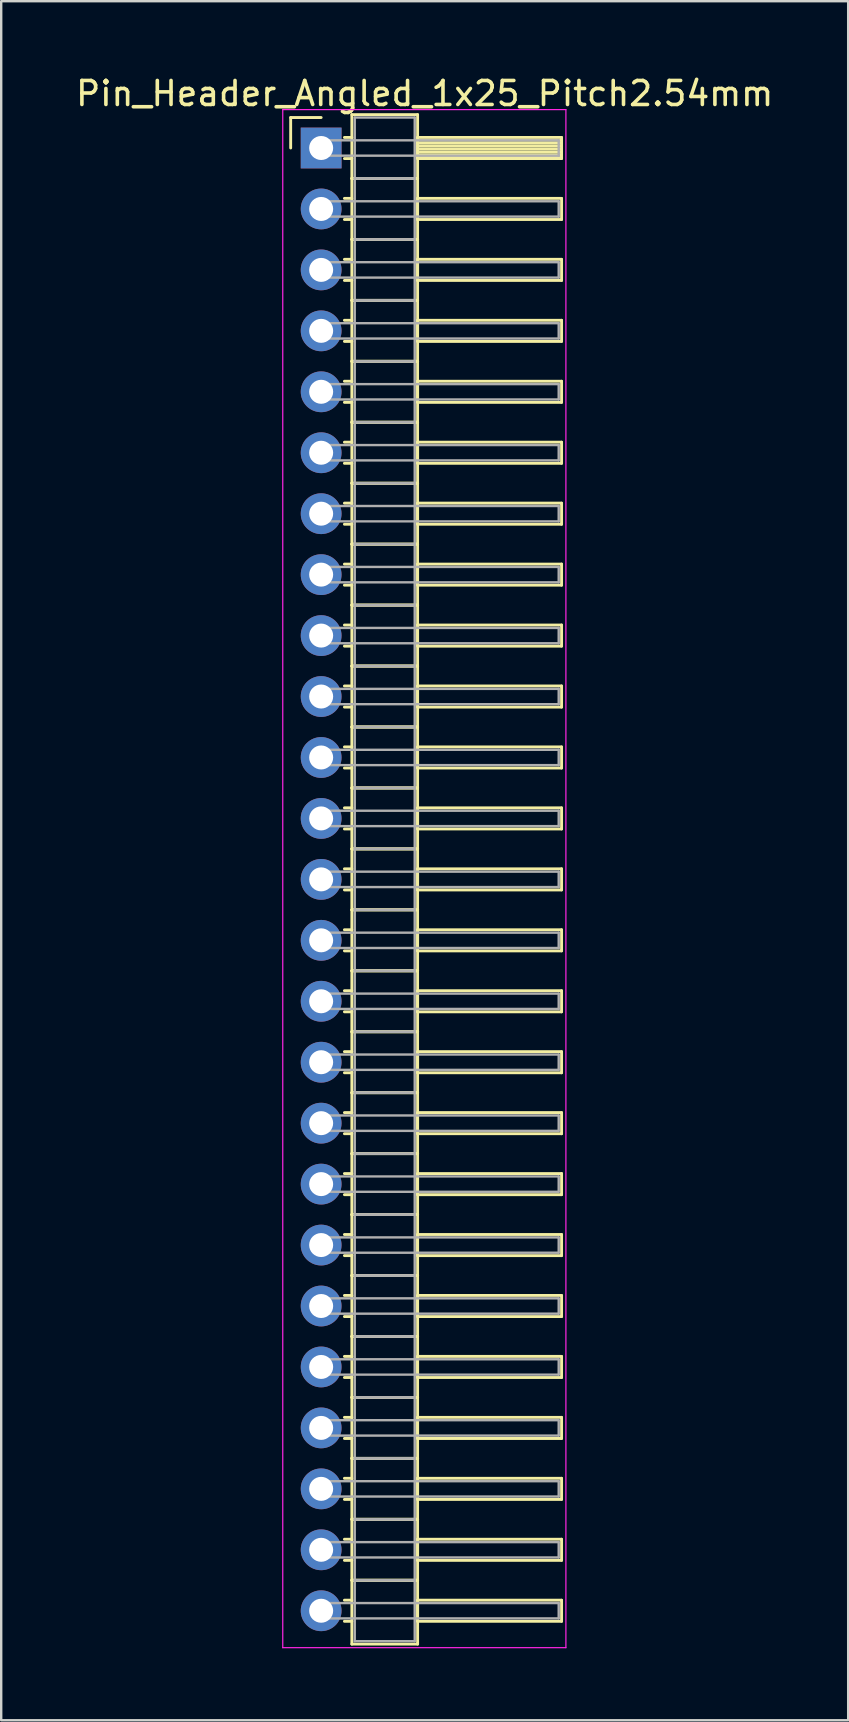
<source format=kicad_pcb>
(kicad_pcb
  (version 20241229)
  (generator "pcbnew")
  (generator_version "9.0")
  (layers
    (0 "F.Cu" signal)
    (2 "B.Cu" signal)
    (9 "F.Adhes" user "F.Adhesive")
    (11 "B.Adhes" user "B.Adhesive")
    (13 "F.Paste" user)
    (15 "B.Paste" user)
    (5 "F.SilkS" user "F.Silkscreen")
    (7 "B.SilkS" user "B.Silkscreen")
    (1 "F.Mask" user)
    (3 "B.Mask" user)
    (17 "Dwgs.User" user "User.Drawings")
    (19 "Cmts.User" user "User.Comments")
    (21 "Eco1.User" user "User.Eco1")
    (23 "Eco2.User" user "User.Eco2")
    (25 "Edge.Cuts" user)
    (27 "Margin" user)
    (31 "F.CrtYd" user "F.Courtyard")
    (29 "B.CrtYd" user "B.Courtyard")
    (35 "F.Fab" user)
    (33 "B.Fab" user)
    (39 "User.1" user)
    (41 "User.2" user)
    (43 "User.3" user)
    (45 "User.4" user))
  (footprint "Pin_Header_Angled_1x25_Pitch2.54mm"
    (layer "F.Cu")
    (at 10.334 3.118)
    (property "Reference" "Pin_Header_Angled_1x25_Pitch2.54mm" (at 4.315 -2.27 0) (layer "F.SilkS") (effects (font (size 1 1) (thickness 0.15))))
    (attr through_hole)
    (fp_line (start -1.27 -1.27) (end 0 -1.27) (stroke (width 0.12) (type solid)) (layer "F.SilkS"))
    (fp_line (start -1.27 0) (end -1.27 -1.27) (stroke (width 0.12) (type solid)) (layer "F.SilkS"))
    (fp_line (start 0.97 -0.44) (end 1.28 -0.44) (stroke (width 0.12) (type solid)) (layer "F.SilkS"))
    (fp_line (start 0.97 0.44) (end 1.28 0.44) (stroke (width 0.12) (type solid)) (layer "F.SilkS"))
    (fp_line (start 0.97 2.1) (end 1.28 2.1) (stroke (width 0.12) (type solid)) (layer "F.SilkS"))
    (fp_line (start 0.97 2.98) (end 1.28 2.98) (stroke (width 0.12) (type solid)) (layer "F.SilkS"))
    (fp_line (start 0.97 4.64) (end 1.28 4.64) (stroke (width 0.12) (type solid)) (layer "F.SilkS"))
    (fp_line (start 0.97 5.52) (end 1.28 5.52) (stroke (width 0.12) (type solid)) (layer "F.SilkS"))
    (fp_line (start 0.97 7.18) (end 1.28 7.18) (stroke (width 0.12) (type solid)) (layer "F.SilkS"))
    (fp_line (start 0.97 8.06) (end 1.28 8.06) (stroke (width 0.12) (type solid)) (layer "F.SilkS"))
    (fp_line (start 0.97 9.72) (end 1.28 9.72) (stroke (width 0.12) (type solid)) (layer "F.SilkS"))
    (fp_line (start 0.97 10.6) (end 1.28 10.6) (stroke (width 0.12) (type solid)) (layer "F.SilkS"))
    (fp_line (start 0.97 12.26) (end 1.28 12.26) (stroke (width 0.12) (type solid)) (layer "F.SilkS"))
    (fp_line (start 0.97 13.14) (end 1.28 13.14) (stroke (width 0.12) (type solid)) (layer "F.SilkS"))
    (fp_line (start 0.97 14.8) (end 1.28 14.8) (stroke (width 0.12) (type solid)) (layer "F.SilkS"))
    (fp_line (start 0.97 15.68) (end 1.28 15.68) (stroke (width 0.12) (type solid)) (layer "F.SilkS"))
    (fp_line (start 0.97 17.34) (end 1.28 17.34) (stroke (width 0.12) (type solid)) (layer "F.SilkS"))
    (fp_line (start 0.97 18.22) (end 1.28 18.22) (stroke (width 0.12) (type solid)) (layer "F.SilkS"))
    (fp_line (start 0.97 19.88) (end 1.28 19.88) (stroke (width 0.12) (type solid)) (layer "F.SilkS"))
    (fp_line (start 0.97 20.76) (end 1.28 20.76) (stroke (width 0.12) (type solid)) (layer "F.SilkS"))
    (fp_line (start 0.97 22.42) (end 1.28 22.42) (stroke (width 0.12) (type solid)) (layer "F.SilkS"))
    (fp_line (start 0.97 23.3) (end 1.28 23.3) (stroke (width 0.12) (type solid)) (layer "F.SilkS"))
    (fp_line (start 0.97 24.96) (end 1.28 24.96) (stroke (width 0.12) (type solid)) (layer "F.SilkS"))
    (fp_line (start 0.97 25.84) (end 1.28 25.84) (stroke (width 0.12) (type solid)) (layer "F.SilkS"))
    (fp_line (start 0.97 27.5) (end 1.28 27.5) (stroke (width 0.12) (type solid)) (layer "F.SilkS"))
    (fp_line (start 0.97 28.38) (end 1.28 28.38) (stroke (width 0.12) (type solid)) (layer "F.SilkS"))
    (fp_line (start 0.97 30.04) (end 1.28 30.04) (stroke (width 0.12) (type solid)) (layer "F.SilkS"))
    (fp_line (start 0.97 30.92) (end 1.28 30.92) (stroke (width 0.12) (type solid)) (layer "F.SilkS"))
    (fp_line (start 0.97 32.58) (end 1.28 32.58) (stroke (width 0.12) (type solid)) (layer "F.SilkS"))
    (fp_line (start 0.97 33.46) (end 1.28 33.46) (stroke (width 0.12) (type solid)) (layer "F.SilkS"))
    (fp_line (start 0.97 35.12) (end 1.28 35.12) (stroke (width 0.12) (type solid)) (layer "F.SilkS"))
    (fp_line (start 0.97 36) (end 1.28 36) (stroke (width 0.12) (type solid)) (layer "F.SilkS"))
    (fp_line (start 0.97 37.66) (end 1.28 37.66) (stroke (width 0.12) (type solid)) (layer "F.SilkS"))
    (fp_line (start 0.97 38.54) (end 1.28 38.54) (stroke (width 0.12) (type solid)) (layer "F.SilkS"))
    (fp_line (start 0.97 40.2) (end 1.28 40.2) (stroke (width 0.12) (type solid)) (layer "F.SilkS"))
    (fp_line (start 0.97 41.08) (end 1.28 41.08) (stroke (width 0.12) (type solid)) (layer "F.SilkS"))
    (fp_line (start 0.97 42.74) (end 1.28 42.74) (stroke (width 0.12) (type solid)) (layer "F.SilkS"))
    (fp_line (start 0.97 43.62) (end 1.28 43.62) (stroke (width 0.12) (type solid)) (layer "F.SilkS"))
    (fp_line (start 0.97 45.28) (end 1.28 45.28) (stroke (width 0.12) (type solid)) (layer "F.SilkS"))
    (fp_line (start 0.97 46.16) (end 1.28 46.16) (stroke (width 0.12) (type solid)) (layer "F.SilkS"))
    (fp_line (start 0.97 47.82) (end 1.28 47.82) (stroke (width 0.12) (type solid)) (layer "F.SilkS"))
    (fp_line (start 0.97 48.7) (end 1.28 48.7) (stroke (width 0.12) (type solid)) (layer "F.SilkS"))
    (fp_line (start 0.97 50.36) (end 1.28 50.36) (stroke (width 0.12) (type solid)) (layer "F.SilkS"))
    (fp_line (start 0.97 51.24) (end 1.28 51.24) (stroke (width 0.12) (type solid)) (layer "F.SilkS"))
    (fp_line (start 0.97 52.9) (end 1.28 52.9) (stroke (width 0.12) (type solid)) (layer "F.SilkS"))
    (fp_line (start 0.97 53.78) (end 1.28 53.78) (stroke (width 0.12) (type solid)) (layer "F.SilkS"))
    (fp_line (start 0.97 55.44) (end 1.28 55.44) (stroke (width 0.12) (type solid)) (layer "F.SilkS"))
    (fp_line (start 0.97 56.32) (end 1.28 56.32) (stroke (width 0.12) (type solid)) (layer "F.SilkS"))
    (fp_line (start 0.97 57.98) (end 1.28 57.98) (stroke (width 0.12) (type solid)) (layer "F.SilkS"))
    (fp_line (start 0.97 58.86) (end 1.28 58.86) (stroke (width 0.12) (type solid)) (layer "F.SilkS"))
    (fp_line (start 0.97 60.52) (end 1.28 60.52) (stroke (width 0.12) (type solid)) (layer "F.SilkS"))
    (fp_line (start 0.97 61.4) (end 1.28 61.4) (stroke (width 0.12) (type solid)) (layer "F.SilkS"))
    (fp_line (start 1.28 -1.39) (end 1.28 1.27) (stroke (width 0.12) (type solid)) (layer "F.SilkS"))
    (fp_line (start 1.28 1.27) (end 1.28 3.81) (stroke (width 0.12) (type solid)) (layer "F.SilkS"))
    (fp_line (start 1.28 1.27) (end 4.02 1.27) (stroke (width 0.12) (type solid)) (layer "F.SilkS"))
    (fp_line (start 1.28 3.81) (end 1.28 6.35) (stroke (width 0.12) (type solid)) (layer "F.SilkS"))
    (fp_line (start 1.28 3.81) (end 4.02 3.81) (stroke (width 0.12) (type solid)) (layer "F.SilkS"))
    (fp_line (start 1.28 6.35) (end 1.28 8.89) (stroke (width 0.12) (type solid)) (layer "F.SilkS"))
    (fp_line (start 1.28 6.35) (end 4.02 6.35) (stroke (width 0.12) (type solid)) (layer "F.SilkS"))
    (fp_line (start 1.28 8.89) (end 1.28 11.43) (stroke (width 0.12) (type solid)) (layer "F.SilkS"))
    (fp_line (start 1.28 8.89) (end 4.02 8.89) (stroke (width 0.12) (type solid)) (layer "F.SilkS"))
    (fp_line (start 1.28 11.43) (end 1.28 13.97) (stroke (width 0.12) (type solid)) (layer "F.SilkS"))
    (fp_line (start 1.28 11.43) (end 4.02 11.43) (stroke (width 0.12) (type solid)) (layer "F.SilkS"))
    (fp_line (start 1.28 13.97) (end 1.28 16.51) (stroke (width 0.12) (type solid)) (layer "F.SilkS"))
    (fp_line (start 1.28 13.97) (end 4.02 13.97) (stroke (width 0.12) (type solid)) (layer "F.SilkS"))
    (fp_line (start 1.28 16.51) (end 1.28 19.05) (stroke (width 0.12) (type solid)) (layer "F.SilkS"))
    (fp_line (start 1.28 16.51) (end 4.02 16.51) (stroke (width 0.12) (type solid)) (layer "F.SilkS"))
    (fp_line (start 1.28 19.05) (end 1.28 21.59) (stroke (width 0.12) (type solid)) (layer "F.SilkS"))
    (fp_line (start 1.28 19.05) (end 4.02 19.05) (stroke (width 0.12) (type solid)) (layer "F.SilkS"))
    (fp_line (start 1.28 21.59) (end 1.28 24.13) (stroke (width 0.12) (type solid)) (layer "F.SilkS"))
    (fp_line (start 1.28 21.59) (end 4.02 21.59) (stroke (width 0.12) (type solid)) (layer "F.SilkS"))
    (fp_line (start 1.28 24.13) (end 1.28 26.67) (stroke (width 0.12) (type solid)) (layer "F.SilkS"))
    (fp_line (start 1.28 24.13) (end 4.02 24.13) (stroke (width 0.12) (type solid)) (layer "F.SilkS"))
    (fp_line (start 1.28 26.67) (end 1.28 29.21) (stroke (width 0.12) (type solid)) (layer "F.SilkS"))
    (fp_line (start 1.28 26.67) (end 4.02 26.67) (stroke (width 0.12) (type solid)) (layer "F.SilkS"))
    (fp_line (start 1.28 29.21) (end 1.28 31.75) (stroke (width 0.12) (type solid)) (layer "F.SilkS"))
    (fp_line (start 1.28 29.21) (end 4.02 29.21) (stroke (width 0.12) (type solid)) (layer "F.SilkS"))
    (fp_line (start 1.28 31.75) (end 1.28 34.29) (stroke (width 0.12) (type solid)) (layer "F.SilkS"))
    (fp_line (start 1.28 31.75) (end 4.02 31.75) (stroke (width 0.12) (type solid)) (layer "F.SilkS"))
    (fp_line (start 1.28 34.29) (end 1.28 36.83) (stroke (width 0.12) (type solid)) (layer "F.SilkS"))
    (fp_line (start 1.28 34.29) (end 4.02 34.29) (stroke (width 0.12) (type solid)) (layer "F.SilkS"))
    (fp_line (start 1.28 36.83) (end 1.28 39.37) (stroke (width 0.12) (type solid)) (layer "F.SilkS"))
    (fp_line (start 1.28 36.83) (end 4.02 36.83) (stroke (width 0.12) (type solid)) (layer "F.SilkS"))
    (fp_line (start 1.28 39.37) (end 1.28 41.91) (stroke (width 0.12) (type solid)) (layer "F.SilkS"))
    (fp_line (start 1.28 39.37) (end 4.02 39.37) (stroke (width 0.12) (type solid)) (layer "F.SilkS"))
    (fp_line (start 1.28 41.91) (end 1.28 44.45) (stroke (width 0.12) (type solid)) (layer "F.SilkS"))
    (fp_line (start 1.28 41.91) (end 4.02 41.91) (stroke (width 0.12) (type solid)) (layer "F.SilkS"))
    (fp_line (start 1.28 44.45) (end 1.28 46.99) (stroke (width 0.12) (type solid)) (layer "F.SilkS"))
    (fp_line (start 1.28 44.45) (end 4.02 44.45) (stroke (width 0.12) (type solid)) (layer "F.SilkS"))
    (fp_line (start 1.28 46.99) (end 1.28 49.53) (stroke (width 0.12) (type solid)) (layer "F.SilkS"))
    (fp_line (start 1.28 46.99) (end 4.02 46.99) (stroke (width 0.12) (type solid)) (layer "F.SilkS"))
    (fp_line (start 1.28 49.53) (end 1.28 52.07) (stroke (width 0.12) (type solid)) (layer "F.SilkS"))
    (fp_line (start 1.28 49.53) (end 4.02 49.53) (stroke (width 0.12) (type solid)) (layer "F.SilkS"))
    (fp_line (start 1.28 52.07) (end 1.28 54.61) (stroke (width 0.12) (type solid)) (layer "F.SilkS"))
    (fp_line (start 1.28 52.07) (end 4.02 52.07) (stroke (width 0.12) (type solid)) (layer "F.SilkS"))
    (fp_line (start 1.28 54.61) (end 1.28 57.15) (stroke (width 0.12) (type solid)) (layer "F.SilkS"))
    (fp_line (start 1.28 54.61) (end 4.02 54.61) (stroke (width 0.12) (type solid)) (layer "F.SilkS"))
    (fp_line (start 1.28 57.15) (end 1.28 59.69) (stroke (width 0.12) (type solid)) (layer "F.SilkS"))
    (fp_line (start 1.28 57.15) (end 4.02 57.15) (stroke (width 0.12) (type solid)) (layer "F.SilkS"))
    (fp_line (start 1.28 59.69) (end 1.28 62.35) (stroke (width 0.12) (type solid)) (layer "F.SilkS"))
    (fp_line (start 1.28 59.69) (end 4.02 59.69) (stroke (width 0.12) (type solid)) (layer "F.SilkS"))
    (fp_line (start 1.28 62.35) (end 4.02 62.35) (stroke (width 0.12) (type solid)) (layer "F.SilkS"))
    (fp_line (start 4.02 -1.39) (end 1.28 -1.39) (stroke (width 0.12) (type solid)) (layer "F.SilkS"))
    (fp_line (start 4.02 -0.44) (end 4.02 0.44) (stroke (width 0.12) (type solid)) (layer "F.SilkS"))
    (fp_line (start 4.02 -0.32) (end 10.02 -0.32) (stroke (width 0.12) (type solid)) (layer "F.SilkS"))
    (fp_line (start 4.02 -0.2) (end 10.02 -0.2) (stroke (width 0.12) (type solid)) (layer "F.SilkS"))
    (fp_line (start 4.02 -0.08) (end 10.02 -0.08) (stroke (width 0.12) (type solid)) (layer "F.SilkS"))
    (fp_line (start 4.02 0.04) (end 10.02 0.04) (stroke (width 0.12) (type solid)) (layer "F.SilkS"))
    (fp_line (start 4.02 0.16) (end 10.02 0.16) (stroke (width 0.12) (type solid)) (layer "F.SilkS"))
    (fp_line (start 4.02 0.28) (end 10.02 0.28) (stroke (width 0.12) (type solid)) (layer "F.SilkS"))
    (fp_line (start 4.02 0.4) (end 10.02 0.4) (stroke (width 0.12) (type solid)) (layer "F.SilkS"))
    (fp_line (start 4.02 0.44) (end 10.02 0.44) (stroke (width 0.12) (type solid)) (layer "F.SilkS"))
    (fp_line (start 4.02 1.27) (end 1.28 1.27) (stroke (width 0.12) (type solid)) (layer "F.SilkS"))
    (fp_line (start 4.02 1.27) (end 4.02 -1.39) (stroke (width 0.12) (type solid)) (layer "F.SilkS"))
    (fp_line (start 4.02 2.1) (end 4.02 2.98) (stroke (width 0.12) (type solid)) (layer "F.SilkS"))
    (fp_line (start 4.02 2.98) (end 10.02 2.98) (stroke (width 0.12) (type solid)) (layer "F.SilkS"))
    (fp_line (start 4.02 3.81) (end 1.28 3.81) (stroke (width 0.12) (type solid)) (layer "F.SilkS"))
    (fp_line (start 4.02 3.81) (end 4.02 1.27) (stroke (width 0.12) (type solid)) (layer "F.SilkS"))
    (fp_line (start 4.02 4.64) (end 4.02 5.52) (stroke (width 0.12) (type solid)) (layer "F.SilkS"))
    (fp_line (start 4.02 5.52) (end 10.02 5.52) (stroke (width 0.12) (type solid)) (layer "F.SilkS"))
    (fp_line (start 4.02 6.35) (end 1.28 6.35) (stroke (width 0.12) (type solid)) (layer "F.SilkS"))
    (fp_line (start 4.02 6.35) (end 4.02 3.81) (stroke (width 0.12) (type solid)) (layer "F.SilkS"))
    (fp_line (start 4.02 7.18) (end 4.02 8.06) (stroke (width 0.12) (type solid)) (layer "F.SilkS"))
    (fp_line (start 4.02 8.06) (end 10.02 8.06) (stroke (width 0.12) (type solid)) (layer "F.SilkS"))
    (fp_line (start 4.02 8.89) (end 1.28 8.89) (stroke (width 0.12) (type solid)) (layer "F.SilkS"))
    (fp_line (start 4.02 8.89) (end 4.02 6.35) (stroke (width 0.12) (type solid)) (layer "F.SilkS"))
    (fp_line (start 4.02 9.72) (end 4.02 10.6) (stroke (width 0.12) (type solid)) (layer "F.SilkS"))
    (fp_line (start 4.02 10.6) (end 10.02 10.6) (stroke (width 0.12) (type solid)) (layer "F.SilkS"))
    (fp_line (start 4.02 11.43) (end 1.28 11.43) (stroke (width 0.12) (type solid)) (layer "F.SilkS"))
    (fp_line (start 4.02 11.43) (end 4.02 8.89) (stroke (width 0.12) (type solid)) (layer "F.SilkS"))
    (fp_line (start 4.02 12.26) (end 4.02 13.14) (stroke (width 0.12) (type solid)) (layer "F.SilkS"))
    (fp_line (start 4.02 13.14) (end 10.02 13.14) (stroke (width 0.12) (type solid)) (layer "F.SilkS"))
    (fp_line (start 4.02 13.97) (end 1.28 13.97) (stroke (width 0.12) (type solid)) (layer "F.SilkS"))
    (fp_line (start 4.02 13.97) (end 4.02 11.43) (stroke (width 0.12) (type solid)) (layer "F.SilkS"))
    (fp_line (start 4.02 14.8) (end 4.02 15.68) (stroke (width 0.12) (type solid)) (layer "F.SilkS"))
    (fp_line (start 4.02 15.68) (end 10.02 15.68) (stroke (width 0.12) (type solid)) (layer "F.SilkS"))
    (fp_line (start 4.02 16.51) (end 1.28 16.51) (stroke (width 0.12) (type solid)) (layer "F.SilkS"))
    (fp_line (start 4.02 16.51) (end 4.02 13.97) (stroke (width 0.12) (type solid)) (layer "F.SilkS"))
    (fp_line (start 4.02 17.34) (end 4.02 18.22) (stroke (width 0.12) (type solid)) (layer "F.SilkS"))
    (fp_line (start 4.02 18.22) (end 10.02 18.22) (stroke (width 0.12) (type solid)) (layer "F.SilkS"))
    (fp_line (start 4.02 19.05) (end 1.28 19.05) (stroke (width 0.12) (type solid)) (layer "F.SilkS"))
    (fp_line (start 4.02 19.05) (end 4.02 16.51) (stroke (width 0.12) (type solid)) (layer "F.SilkS"))
    (fp_line (start 4.02 19.88) (end 4.02 20.76) (stroke (width 0.12) (type solid)) (layer "F.SilkS"))
    (fp_line (start 4.02 20.76) (end 10.02 20.76) (stroke (width 0.12) (type solid)) (layer "F.SilkS"))
    (fp_line (start 4.02 21.59) (end 1.28 21.59) (stroke (width 0.12) (type solid)) (layer "F.SilkS"))
    (fp_line (start 4.02 21.59) (end 4.02 19.05) (stroke (width 0.12) (type solid)) (layer "F.SilkS"))
    (fp_line (start 4.02 22.42) (end 4.02 23.3) (stroke (width 0.12) (type solid)) (layer "F.SilkS"))
    (fp_line (start 4.02 23.3) (end 10.02 23.3) (stroke (width 0.12) (type solid)) (layer "F.SilkS"))
    (fp_line (start 4.02 24.13) (end 1.28 24.13) (stroke (width 0.12) (type solid)) (layer "F.SilkS"))
    (fp_line (start 4.02 24.13) (end 4.02 21.59) (stroke (width 0.12) (type solid)) (layer "F.SilkS"))
    (fp_line (start 4.02 24.96) (end 4.02 25.84) (stroke (width 0.12) (type solid)) (layer "F.SilkS"))
    (fp_line (start 4.02 25.84) (end 10.02 25.84) (stroke (width 0.12) (type solid)) (layer "F.SilkS"))
    (fp_line (start 4.02 26.67) (end 1.28 26.67) (stroke (width 0.12) (type solid)) (layer "F.SilkS"))
    (fp_line (start 4.02 26.67) (end 4.02 24.13) (stroke (width 0.12) (type solid)) (layer "F.SilkS"))
    (fp_line (start 4.02 27.5) (end 4.02 28.38) (stroke (width 0.12) (type solid)) (layer "F.SilkS"))
    (fp_line (start 4.02 28.38) (end 10.02 28.38) (stroke (width 0.12) (type solid)) (layer "F.SilkS"))
    (fp_line (start 4.02 29.21) (end 1.28 29.21) (stroke (width 0.12) (type solid)) (layer "F.SilkS"))
    (fp_line (start 4.02 29.21) (end 4.02 26.67) (stroke (width 0.12) (type solid)) (layer "F.SilkS"))
    (fp_line (start 4.02 30.04) (end 4.02 30.92) (stroke (width 0.12) (type solid)) (layer "F.SilkS"))
    (fp_line (start 4.02 30.92) (end 10.02 30.92) (stroke (width 0.12) (type solid)) (layer "F.SilkS"))
    (fp_line (start 4.02 31.75) (end 1.28 31.75) (stroke (width 0.12) (type solid)) (layer "F.SilkS"))
    (fp_line (start 4.02 31.75) (end 4.02 29.21) (stroke (width 0.12) (type solid)) (layer "F.SilkS"))
    (fp_line (start 4.02 32.58) (end 4.02 33.46) (stroke (width 0.12) (type solid)) (layer "F.SilkS"))
    (fp_line (start 4.02 33.46) (end 10.02 33.46) (stroke (width 0.12) (type solid)) (layer "F.SilkS"))
    (fp_line (start 4.02 34.29) (end 1.28 34.29) (stroke (width 0.12) (type solid)) (layer "F.SilkS"))
    (fp_line (start 4.02 34.29) (end 4.02 31.75) (stroke (width 0.12) (type solid)) (layer "F.SilkS"))
    (fp_line (start 4.02 35.12) (end 4.02 36) (stroke (width 0.12) (type solid)) (layer "F.SilkS"))
    (fp_line (start 4.02 36) (end 10.02 36) (stroke (width 0.12) (type solid)) (layer "F.SilkS"))
    (fp_line (start 4.02 36.83) (end 1.28 36.83) (stroke (width 0.12) (type solid)) (layer "F.SilkS"))
    (fp_line (start 4.02 36.83) (end 4.02 34.29) (stroke (width 0.12) (type solid)) (layer "F.SilkS"))
    (fp_line (start 4.02 37.66) (end 4.02 38.54) (stroke (width 0.12) (type solid)) (layer "F.SilkS"))
    (fp_line (start 4.02 38.54) (end 10.02 38.54) (stroke (width 0.12) (type solid)) (layer "F.SilkS"))
    (fp_line (start 4.02 39.37) (end 1.28 39.37) (stroke (width 0.12) (type solid)) (layer "F.SilkS"))
    (fp_line (start 4.02 39.37) (end 4.02 36.83) (stroke (width 0.12) (type solid)) (layer "F.SilkS"))
    (fp_line (start 4.02 40.2) (end 4.02 41.08) (stroke (width 0.12) (type solid)) (layer "F.SilkS"))
    (fp_line (start 4.02 41.08) (end 10.02 41.08) (stroke (width 0.12) (type solid)) (layer "F.SilkS"))
    (fp_line (start 4.02 41.91) (end 1.28 41.91) (stroke (width 0.12) (type solid)) (layer "F.SilkS"))
    (fp_line (start 4.02 41.91) (end 4.02 39.37) (stroke (width 0.12) (type solid)) (layer "F.SilkS"))
    (fp_line (start 4.02 42.74) (end 4.02 43.62) (stroke (width 0.12) (type solid)) (layer "F.SilkS"))
    (fp_line (start 4.02 43.62) (end 10.02 43.62) (stroke (width 0.12) (type solid)) (layer "F.SilkS"))
    (fp_line (start 4.02 44.45) (end 1.28 44.45) (stroke (width 0.12) (type solid)) (layer "F.SilkS"))
    (fp_line (start 4.02 44.45) (end 4.02 41.91) (stroke (width 0.12) (type solid)) (layer "F.SilkS"))
    (fp_line (start 4.02 45.28) (end 4.02 46.16) (stroke (width 0.12) (type solid)) (layer "F.SilkS"))
    (fp_line (start 4.02 46.16) (end 10.02 46.16) (stroke (width 0.12) (type solid)) (layer "F.SilkS"))
    (fp_line (start 4.02 46.99) (end 1.28 46.99) (stroke (width 0.12) (type solid)) (layer "F.SilkS"))
    (fp_line (start 4.02 46.99) (end 4.02 44.45) (stroke (width 0.12) (type solid)) (layer "F.SilkS"))
    (fp_line (start 4.02 47.82) (end 4.02 48.7) (stroke (width 0.12) (type solid)) (layer "F.SilkS"))
    (fp_line (start 4.02 48.7) (end 10.02 48.7) (stroke (width 0.12) (type solid)) (layer "F.SilkS"))
    (fp_line (start 4.02 49.53) (end 1.28 49.53) (stroke (width 0.12) (type solid)) (layer "F.SilkS"))
    (fp_line (start 4.02 49.53) (end 4.02 46.99) (stroke (width 0.12) (type solid)) (layer "F.SilkS"))
    (fp_line (start 4.02 50.36) (end 4.02 51.24) (stroke (width 0.12) (type solid)) (layer "F.SilkS"))
    (fp_line (start 4.02 51.24) (end 10.02 51.24) (stroke (width 0.12) (type solid)) (layer "F.SilkS"))
    (fp_line (start 4.02 52.07) (end 1.28 52.07) (stroke (width 0.12) (type solid)) (layer "F.SilkS"))
    (fp_line (start 4.02 52.07) (end 4.02 49.53) (stroke (width 0.12) (type solid)) (layer "F.SilkS"))
    (fp_line (start 4.02 52.9) (end 4.02 53.78) (stroke (width 0.12) (type solid)) (layer "F.SilkS"))
    (fp_line (start 4.02 53.78) (end 10.02 53.78) (stroke (width 0.12) (type solid)) (layer "F.SilkS"))
    (fp_line (start 4.02 54.61) (end 1.28 54.61) (stroke (width 0.12) (type solid)) (layer "F.SilkS"))
    (fp_line (start 4.02 54.61) (end 4.02 52.07) (stroke (width 0.12) (type solid)) (layer "F.SilkS"))
    (fp_line (start 4.02 55.44) (end 4.02 56.32) (stroke (width 0.12) (type solid)) (layer "F.SilkS"))
    (fp_line (start 4.02 56.32) (end 10.02 56.32) (stroke (width 0.12) (type solid)) (layer "F.SilkS"))
    (fp_line (start 4.02 57.15) (end 1.28 57.15) (stroke (width 0.12) (type solid)) (layer "F.SilkS"))
    (fp_line (start 4.02 57.15) (end 4.02 54.61) (stroke (width 0.12) (type solid)) (layer "F.SilkS"))
    (fp_line (start 4.02 57.98) (end 4.02 58.86) (stroke (width 0.12) (type solid)) (layer "F.SilkS"))
    (fp_line (start 4.02 58.86) (end 10.02 58.86) (stroke (width 0.12) (type solid)) (layer "F.SilkS"))
    (fp_line (start 4.02 59.69) (end 1.28 59.69) (stroke (width 0.12) (type solid)) (layer "F.SilkS"))
    (fp_line (start 4.02 59.69) (end 4.02 57.15) (stroke (width 0.12) (type solid)) (layer "F.SilkS"))
    (fp_line (start 4.02 60.52) (end 4.02 61.4) (stroke (width 0.12) (type solid)) (layer "F.SilkS"))
    (fp_line (start 4.02 61.4) (end 10.02 61.4) (stroke (width 0.12) (type solid)) (layer "F.SilkS"))
    (fp_line (start 4.02 62.35) (end 4.02 59.69) (stroke (width 0.12) (type solid)) (layer "F.SilkS"))
    (fp_line (start 10.02 -0.44) (end 4.02 -0.44) (stroke (width 0.12) (type solid)) (layer "F.SilkS"))
    (fp_line (start 10.02 0.44) (end 10.02 -0.44) (stroke (width 0.12) (type solid)) (layer "F.SilkS"))
    (fp_line (start 10.02 2.1) (end 4.02 2.1) (stroke (width 0.12) (type solid)) (layer "F.SilkS"))
    (fp_line (start 10.02 2.98) (end 10.02 2.1) (stroke (width 0.12) (type solid)) (layer "F.SilkS"))
    (fp_line (start 10.02 4.64) (end 4.02 4.64) (stroke (width 0.12) (type solid)) (layer "F.SilkS"))
    (fp_line (start 10.02 5.52) (end 10.02 4.64) (stroke (width 0.12) (type solid)) (layer "F.SilkS"))
    (fp_line (start 10.02 7.18) (end 4.02 7.18) (stroke (width 0.12) (type solid)) (layer "F.SilkS"))
    (fp_line (start 10.02 8.06) (end 10.02 7.18) (stroke (width 0.12) (type solid)) (layer "F.SilkS"))
    (fp_line (start 10.02 9.72) (end 4.02 9.72) (stroke (width 0.12) (type solid)) (layer "F.SilkS"))
    (fp_line (start 10.02 10.6) (end 10.02 9.72) (stroke (width 0.12) (type solid)) (layer "F.SilkS"))
    (fp_line (start 10.02 12.26) (end 4.02 12.26) (stroke (width 0.12) (type solid)) (layer "F.SilkS"))
    (fp_line (start 10.02 13.14) (end 10.02 12.26) (stroke (width 0.12) (type solid)) (layer "F.SilkS"))
    (fp_line (start 10.02 14.8) (end 4.02 14.8) (stroke (width 0.12) (type solid)) (layer "F.SilkS"))
    (fp_line (start 10.02 15.68) (end 10.02 14.8) (stroke (width 0.12) (type solid)) (layer "F.SilkS"))
    (fp_line (start 10.02 17.34) (end 4.02 17.34) (stroke (width 0.12) (type solid)) (layer "F.SilkS"))
    (fp_line (start 10.02 18.22) (end 10.02 17.34) (stroke (width 0.12) (type solid)) (layer "F.SilkS"))
    (fp_line (start 10.02 19.88) (end 4.02 19.88) (stroke (width 0.12) (type solid)) (layer "F.SilkS"))
    (fp_line (start 10.02 20.76) (end 10.02 19.88) (stroke (width 0.12) (type solid)) (layer "F.SilkS"))
    (fp_line (start 10.02 22.42) (end 4.02 22.42) (stroke (width 0.12) (type solid)) (layer "F.SilkS"))
    (fp_line (start 10.02 23.3) (end 10.02 22.42) (stroke (width 0.12) (type solid)) (layer "F.SilkS"))
    (fp_line (start 10.02 24.96) (end 4.02 24.96) (stroke (width 0.12) (type solid)) (layer "F.SilkS"))
    (fp_line (start 10.02 25.84) (end 10.02 24.96) (stroke (width 0.12) (type solid)) (layer "F.SilkS"))
    (fp_line (start 10.02 27.5) (end 4.02 27.5) (stroke (width 0.12) (type solid)) (layer "F.SilkS"))
    (fp_line (start 10.02 28.38) (end 10.02 27.5) (stroke (width 0.12) (type solid)) (layer "F.SilkS"))
    (fp_line (start 10.02 30.04) (end 4.02 30.04) (stroke (width 0.12) (type solid)) (layer "F.SilkS"))
    (fp_line (start 10.02 30.92) (end 10.02 30.04) (stroke (width 0.12) (type solid)) (layer "F.SilkS"))
    (fp_line (start 10.02 32.58) (end 4.02 32.58) (stroke (width 0.12) (type solid)) (layer "F.SilkS"))
    (fp_line (start 10.02 33.46) (end 10.02 32.58) (stroke (width 0.12) (type solid)) (layer "F.SilkS"))
    (fp_line (start 10.02 35.12) (end 4.02 35.12) (stroke (width 0.12) (type solid)) (layer "F.SilkS"))
    (fp_line (start 10.02 36) (end 10.02 35.12) (stroke (width 0.12) (type solid)) (layer "F.SilkS"))
    (fp_line (start 10.02 37.66) (end 4.02 37.66) (stroke (width 0.12) (type solid)) (layer "F.SilkS"))
    (fp_line (start 10.02 38.54) (end 10.02 37.66) (stroke (width 0.12) (type solid)) (layer "F.SilkS"))
    (fp_line (start 10.02 40.2) (end 4.02 40.2) (stroke (width 0.12) (type solid)) (layer "F.SilkS"))
    (fp_line (start 10.02 41.08) (end 10.02 40.2) (stroke (width 0.12) (type solid)) (layer "F.SilkS"))
    (fp_line (start 10.02 42.74) (end 4.02 42.74) (stroke (width 0.12) (type solid)) (layer "F.SilkS"))
    (fp_line (start 10.02 43.62) (end 10.02 42.74) (stroke (width 0.12) (type solid)) (layer "F.SilkS"))
    (fp_line (start 10.02 45.28) (end 4.02 45.28) (stroke (width 0.12) (type solid)) (layer "F.SilkS"))
    (fp_line (start 10.02 46.16) (end 10.02 45.28) (stroke (width 0.12) (type solid)) (layer "F.SilkS"))
    (fp_line (start 10.02 47.82) (end 4.02 47.82) (stroke (width 0.12) (type solid)) (layer "F.SilkS"))
    (fp_line (start 10.02 48.7) (end 10.02 47.82) (stroke (width 0.12) (type solid)) (layer "F.SilkS"))
    (fp_line (start 10.02 50.36) (end 4.02 50.36) (stroke (width 0.12) (type solid)) (layer "F.SilkS"))
    (fp_line (start 10.02 51.24) (end 10.02 50.36) (stroke (width 0.12) (type solid)) (layer "F.SilkS"))
    (fp_line (start 10.02 52.9) (end 4.02 52.9) (stroke (width 0.12) (type solid)) (layer "F.SilkS"))
    (fp_line (start 10.02 53.78) (end 10.02 52.9) (stroke (width 0.12) (type solid)) (layer "F.SilkS"))
    (fp_line (start 10.02 55.44) (end 4.02 55.44) (stroke (width 0.12) (type solid)) (layer "F.SilkS"))
    (fp_line (start 10.02 56.32) (end 10.02 55.44) (stroke (width 0.12) (type solid)) (layer "F.SilkS"))
    (fp_line (start 10.02 57.98) (end 4.02 57.98) (stroke (width 0.12) (type solid)) (layer "F.SilkS"))
    (fp_line (start 10.02 58.86) (end 10.02 57.98) (stroke (width 0.12) (type solid)) (layer "F.SilkS"))
    (fp_line (start 10.02 60.52) (end 4.02 60.52) (stroke (width 0.12) (type solid)) (layer "F.SilkS"))
    (fp_line (start 10.02 61.4) (end 10.02 60.52) (stroke (width 0.12) (type solid)) (layer "F.SilkS"))
    (fp_line (start -1.6 -1.6) (end -1.6 62.5) (stroke (width 0.05) (type solid)) (layer "F.CrtYd"))
    (fp_line (start -1.6 62.5) (end 10.2 62.5) (stroke (width 0.05) (type solid)) (layer "F.CrtYd"))
    (fp_line (start 10.2 -1.6) (end -1.6 -1.6) (stroke (width 0.05) (type solid)) (layer "F.CrtYd"))
    (fp_line (start 10.2 62.5) (end 10.2 -1.6) (stroke (width 0.05) (type solid)) (layer "F.CrtYd"))
    (fp_line (start 0 -0.32) (end 0 0.32) (stroke (width 0.1) (type solid)) (layer "F.Fab"))
    (fp_line (start 0 0.32) (end 9.9 0.32) (stroke (width 0.1) (type solid)) (layer "F.Fab"))
    (fp_line (start 0 2.22) (end 0 2.86) (stroke (width 0.1) (type solid)) (layer "F.Fab"))
    (fp_line (start 0 2.86) (end 9.9 2.86) (stroke (width 0.1) (type solid)) (layer "F.Fab"))
    (fp_line (start 0 4.76) (end 0 5.4) (stroke (width 0.1) (type solid)) (layer "F.Fab"))
    (fp_line (start 0 5.4) (end 9.9 5.4) (stroke (width 0.1) (type solid)) (layer "F.Fab"))
    (fp_line (start 0 7.3) (end 0 7.94) (stroke (width 0.1) (type solid)) (layer "F.Fab"))
    (fp_line (start 0 7.94) (end 9.9 7.94) (stroke (width 0.1) (type solid)) (layer "F.Fab"))
    (fp_line (start 0 9.84) (end 0 10.48) (stroke (width 0.1) (type solid)) (layer "F.Fab"))
    (fp_line (start 0 10.48) (end 9.9 10.48) (stroke (width 0.1) (type solid)) (layer "F.Fab"))
    (fp_line (start 0 12.38) (end 0 13.02) (stroke (width 0.1) (type solid)) (layer "F.Fab"))
    (fp_line (start 0 13.02) (end 9.9 13.02) (stroke (width 0.1) (type solid)) (layer "F.Fab"))
    (fp_line (start 0 14.92) (end 0 15.56) (stroke (width 0.1) (type solid)) (layer "F.Fab"))
    (fp_line (start 0 15.56) (end 9.9 15.56) (stroke (width 0.1) (type solid)) (layer "F.Fab"))
    (fp_line (start 0 17.46) (end 0 18.1) (stroke (width 0.1) (type solid)) (layer "F.Fab"))
    (fp_line (start 0 18.1) (end 9.9 18.1) (stroke (width 0.1) (type solid)) (layer "F.Fab"))
    (fp_line (start 0 20) (end 0 20.64) (stroke (width 0.1) (type solid)) (layer "F.Fab"))
    (fp_line (start 0 20.64) (end 9.9 20.64) (stroke (width 0.1) (type solid)) (layer "F.Fab"))
    (fp_line (start 0 22.54) (end 0 23.18) (stroke (width 0.1) (type solid)) (layer "F.Fab"))
    (fp_line (start 0 23.18) (end 9.9 23.18) (stroke (width 0.1) (type solid)) (layer "F.Fab"))
    (fp_line (start 0 25.08) (end 0 25.72) (stroke (width 0.1) (type solid)) (layer "F.Fab"))
    (fp_line (start 0 25.72) (end 9.9 25.72) (stroke (width 0.1) (type solid)) (layer "F.Fab"))
    (fp_line (start 0 27.62) (end 0 28.26) (stroke (width 0.1) (type solid)) (layer "F.Fab"))
    (fp_line (start 0 28.26) (end 9.9 28.26) (stroke (width 0.1) (type solid)) (layer "F.Fab"))
    (fp_line (start 0 30.16) (end 0 30.8) (stroke (width 0.1) (type solid)) (layer "F.Fab"))
    (fp_line (start 0 30.8) (end 9.9 30.8) (stroke (width 0.1) (type solid)) (layer "F.Fab"))
    (fp_line (start 0 32.7) (end 0 33.34) (stroke (width 0.1) (type solid)) (layer "F.Fab"))
    (fp_line (start 0 33.34) (end 9.9 33.34) (stroke (width 0.1) (type solid)) (layer "F.Fab"))
    (fp_line (start 0 35.24) (end 0 35.88) (stroke (width 0.1) (type solid)) (layer "F.Fab"))
    (fp_line (start 0 35.88) (end 9.9 35.88) (stroke (width 0.1) (type solid)) (layer "F.Fab"))
    (fp_line (start 0 37.78) (end 0 38.42) (stroke (width 0.1) (type solid)) (layer "F.Fab"))
    (fp_line (start 0 38.42) (end 9.9 38.42) (stroke (width 0.1) (type solid)) (layer "F.Fab"))
    (fp_line (start 0 40.32) (end 0 40.96) (stroke (width 0.1) (type solid)) (layer "F.Fab"))
    (fp_line (start 0 40.96) (end 9.9 40.96) (stroke (width 0.1) (type solid)) (layer "F.Fab"))
    (fp_line (start 0 42.86) (end 0 43.5) (stroke (width 0.1) (type solid)) (layer "F.Fab"))
    (fp_line (start 0 43.5) (end 9.9 43.5) (stroke (width 0.1) (type solid)) (layer "F.Fab"))
    (fp_line (start 0 45.4) (end 0 46.04) (stroke (width 0.1) (type solid)) (layer "F.Fab"))
    (fp_line (start 0 46.04) (end 9.9 46.04) (stroke (width 0.1) (type solid)) (layer "F.Fab"))
    (fp_line (start 0 47.94) (end 0 48.58) (stroke (width 0.1) (type solid)) (layer "F.Fab"))
    (fp_line (start 0 48.58) (end 9.9 48.58) (stroke (width 0.1) (type solid)) (layer "F.Fab"))
    (fp_line (start 0 50.48) (end 0 51.12) (stroke (width 0.1) (type solid)) (layer "F.Fab"))
    (fp_line (start 0 51.12) (end 9.9 51.12) (stroke (width 0.1) (type solid)) (layer "F.Fab"))
    (fp_line (start 0 53.02) (end 0 53.66) (stroke (width 0.1) (type solid)) (layer "F.Fab"))
    (fp_line (start 0 53.66) (end 9.9 53.66) (stroke (width 0.1) (type solid)) (layer "F.Fab"))
    (fp_line (start 0 55.56) (end 0 56.2) (stroke (width 0.1) (type solid)) (layer "F.Fab"))
    (fp_line (start 0 56.2) (end 9.9 56.2) (stroke (width 0.1) (type solid)) (layer "F.Fab"))
    (fp_line (start 0 58.1) (end 0 58.74) (stroke (width 0.1) (type solid)) (layer "F.Fab"))
    (fp_line (start 0 58.74) (end 9.9 58.74) (stroke (width 0.1) (type solid)) (layer "F.Fab"))
    (fp_line (start 0 60.64) (end 0 61.28) (stroke (width 0.1) (type solid)) (layer "F.Fab"))
    (fp_line (start 0 61.28) (end 9.9 61.28) (stroke (width 0.1) (type solid)) (layer "F.Fab"))
    (fp_line (start 1.4 -1.27) (end 1.4 1.27) (stroke (width 0.1) (type solid)) (layer "F.Fab"))
    (fp_line (start 1.4 1.27) (end 1.4 3.81) (stroke (width 0.1) (type solid)) (layer "F.Fab"))
    (fp_line (start 1.4 1.27) (end 3.9 1.27) (stroke (width 0.1) (type solid)) (layer "F.Fab"))
    (fp_line (start 1.4 3.81) (end 1.4 6.35) (stroke (width 0.1) (type solid)) (layer "F.Fab"))
    (fp_line (start 1.4 3.81) (end 3.9 3.81) (stroke (width 0.1) (type solid)) (layer "F.Fab"))
    (fp_line (start 1.4 6.35) (end 1.4 8.89) (stroke (width 0.1) (type solid)) (layer "F.Fab"))
    (fp_line (start 1.4 6.35) (end 3.9 6.35) (stroke (width 0.1) (type solid)) (layer "F.Fab"))
    (fp_line (start 1.4 8.89) (end 1.4 11.43) (stroke (width 0.1) (type solid)) (layer "F.Fab"))
    (fp_line (start 1.4 8.89) (end 3.9 8.89) (stroke (width 0.1) (type solid)) (layer "F.Fab"))
    (fp_line (start 1.4 11.43) (end 1.4 13.97) (stroke (width 0.1) (type solid)) (layer "F.Fab"))
    (fp_line (start 1.4 11.43) (end 3.9 11.43) (stroke (width 0.1) (type solid)) (layer "F.Fab"))
    (fp_line (start 1.4 13.97) (end 1.4 16.51) (stroke (width 0.1) (type solid)) (layer "F.Fab"))
    (fp_line (start 1.4 13.97) (end 3.9 13.97) (stroke (width 0.1) (type solid)) (layer "F.Fab"))
    (fp_line (start 1.4 16.51) (end 1.4 19.05) (stroke (width 0.1) (type solid)) (layer "F.Fab"))
    (fp_line (start 1.4 16.51) (end 3.9 16.51) (stroke (width 0.1) (type solid)) (layer "F.Fab"))
    (fp_line (start 1.4 19.05) (end 1.4 21.59) (stroke (width 0.1) (type solid)) (layer "F.Fab"))
    (fp_line (start 1.4 19.05) (end 3.9 19.05) (stroke (width 0.1) (type solid)) (layer "F.Fab"))
    (fp_line (start 1.4 21.59) (end 1.4 24.13) (stroke (width 0.1) (type solid)) (layer "F.Fab"))
    (fp_line (start 1.4 21.59) (end 3.9 21.59) (stroke (width 0.1) (type solid)) (layer "F.Fab"))
    (fp_line (start 1.4 24.13) (end 1.4 26.67) (stroke (width 0.1) (type solid)) (layer "F.Fab"))
    (fp_line (start 1.4 24.13) (end 3.9 24.13) (stroke (width 0.1) (type solid)) (layer "F.Fab"))
    (fp_line (start 1.4 26.67) (end 1.4 29.21) (stroke (width 0.1) (type solid)) (layer "F.Fab"))
    (fp_line (start 1.4 26.67) (end 3.9 26.67) (stroke (width 0.1) (type solid)) (layer "F.Fab"))
    (fp_line (start 1.4 29.21) (end 1.4 31.75) (stroke (width 0.1) (type solid)) (layer "F.Fab"))
    (fp_line (start 1.4 29.21) (end 3.9 29.21) (stroke (width 0.1) (type solid)) (layer "F.Fab"))
    (fp_line (start 1.4 31.75) (end 1.4 34.29) (stroke (width 0.1) (type solid)) (layer "F.Fab"))
    (fp_line (start 1.4 31.75) (end 3.9 31.75) (stroke (width 0.1) (type solid)) (layer "F.Fab"))
    (fp_line (start 1.4 34.29) (end 1.4 36.83) (stroke (width 0.1) (type solid)) (layer "F.Fab"))
    (fp_line (start 1.4 34.29) (end 3.9 34.29) (stroke (width 0.1) (type solid)) (layer "F.Fab"))
    (fp_line (start 1.4 36.83) (end 1.4 39.37) (stroke (width 0.1) (type solid)) (layer "F.Fab"))
    (fp_line (start 1.4 36.83) (end 3.9 36.83) (stroke (width 0.1) (type solid)) (layer "F.Fab"))
    (fp_line (start 1.4 39.37) (end 1.4 41.91) (stroke (width 0.1) (type solid)) (layer "F.Fab"))
    (fp_line (start 1.4 39.37) (end 3.9 39.37) (stroke (width 0.1) (type solid)) (layer "F.Fab"))
    (fp_line (start 1.4 41.91) (end 1.4 44.45) (stroke (width 0.1) (type solid)) (layer "F.Fab"))
    (fp_line (start 1.4 41.91) (end 3.9 41.91) (stroke (width 0.1) (type solid)) (layer "F.Fab"))
    (fp_line (start 1.4 44.45) (end 1.4 46.99) (stroke (width 0.1) (type solid)) (layer "F.Fab"))
    (fp_line (start 1.4 44.45) (end 3.9 44.45) (stroke (width 0.1) (type solid)) (layer "F.Fab"))
    (fp_line (start 1.4 46.99) (end 1.4 49.53) (stroke (width 0.1) (type solid)) (layer "F.Fab"))
    (fp_line (start 1.4 46.99) (end 3.9 46.99) (stroke (width 0.1) (type solid)) (layer "F.Fab"))
    (fp_line (start 1.4 49.53) (end 1.4 52.07) (stroke (width 0.1) (type solid)) (layer "F.Fab"))
    (fp_line (start 1.4 49.53) (end 3.9 49.53) (stroke (width 0.1) (type solid)) (layer "F.Fab"))
    (fp_line (start 1.4 52.07) (end 1.4 54.61) (stroke (width 0.1) (type solid)) (layer "F.Fab"))
    (fp_line (start 1.4 52.07) (end 3.9 52.07) (stroke (width 0.1) (type solid)) (layer "F.Fab"))
    (fp_line (start 1.4 54.61) (end 1.4 57.15) (stroke (width 0.1) (type solid)) (layer "F.Fab"))
    (fp_line (start 1.4 54.61) (end 3.9 54.61) (stroke (width 0.1) (type solid)) (layer "F.Fab"))
    (fp_line (start 1.4 57.15) (end 1.4 59.69) (stroke (width 0.1) (type solid)) (layer "F.Fab"))
    (fp_line (start 1.4 57.15) (end 3.9 57.15) (stroke (width 0.1) (type solid)) (layer "F.Fab"))
    (fp_line (start 1.4 59.69) (end 1.4 62.23) (stroke (width 0.1) (type solid)) (layer "F.Fab"))
    (fp_line (start 1.4 59.69) (end 3.9 59.69) (stroke (width 0.1) (type solid)) (layer "F.Fab"))
    (fp_line (start 1.4 62.23) (end 3.9 62.23) (stroke (width 0.1) (type solid)) (layer "F.Fab"))
    (fp_line (start 3.9 -1.27) (end 1.4 -1.27) (stroke (width 0.1) (type solid)) (layer "F.Fab"))
    (fp_line (start 3.9 1.27) (end 1.4 1.27) (stroke (width 0.1) (type solid)) (layer "F.Fab"))
    (fp_line (start 3.9 1.27) (end 3.9 -1.27) (stroke (width 0.1) (type solid)) (layer "F.Fab"))
    (fp_line (start 3.9 3.81) (end 1.4 3.81) (stroke (width 0.1) (type solid)) (layer "F.Fab"))
    (fp_line (start 3.9 3.81) (end 3.9 1.27) (stroke (width 0.1) (type solid)) (layer "F.Fab"))
    (fp_line (start 3.9 6.35) (end 1.4 6.35) (stroke (width 0.1) (type solid)) (layer "F.Fab"))
    (fp_line (start 3.9 6.35) (end 3.9 3.81) (stroke (width 0.1) (type solid)) (layer "F.Fab"))
    (fp_line (start 3.9 8.89) (end 1.4 8.89) (stroke (width 0.1) (type solid)) (layer "F.Fab"))
    (fp_line (start 3.9 8.89) (end 3.9 6.35) (stroke (width 0.1) (type solid)) (layer "F.Fab"))
    (fp_line (start 3.9 11.43) (end 1.4 11.43) (stroke (width 0.1) (type solid)) (layer "F.Fab"))
    (fp_line (start 3.9 11.43) (end 3.9 8.89) (stroke (width 0.1) (type solid)) (layer "F.Fab"))
    (fp_line (start 3.9 13.97) (end 1.4 13.97) (stroke (width 0.1) (type solid)) (layer "F.Fab"))
    (fp_line (start 3.9 13.97) (end 3.9 11.43) (stroke (width 0.1) (type solid)) (layer "F.Fab"))
    (fp_line (start 3.9 16.51) (end 1.4 16.51) (stroke (width 0.1) (type solid)) (layer "F.Fab"))
    (fp_line (start 3.9 16.51) (end 3.9 13.97) (stroke (width 0.1) (type solid)) (layer "F.Fab"))
    (fp_line (start 3.9 19.05) (end 1.4 19.05) (stroke (width 0.1) (type solid)) (layer "F.Fab"))
    (fp_line (start 3.9 19.05) (end 3.9 16.51) (stroke (width 0.1) (type solid)) (layer "F.Fab"))
    (fp_line (start 3.9 21.59) (end 1.4 21.59) (stroke (width 0.1) (type solid)) (layer "F.Fab"))
    (fp_line (start 3.9 21.59) (end 3.9 19.05) (stroke (width 0.1) (type solid)) (layer "F.Fab"))
    (fp_line (start 3.9 24.13) (end 1.4 24.13) (stroke (width 0.1) (type solid)) (layer "F.Fab"))
    (fp_line (start 3.9 24.13) (end 3.9 21.59) (stroke (width 0.1) (type solid)) (layer "F.Fab"))
    (fp_line (start 3.9 26.67) (end 1.4 26.67) (stroke (width 0.1) (type solid)) (layer "F.Fab"))
    (fp_line (start 3.9 26.67) (end 3.9 24.13) (stroke (width 0.1) (type solid)) (layer "F.Fab"))
    (fp_line (start 3.9 29.21) (end 1.4 29.21) (stroke (width 0.1) (type solid)) (layer "F.Fab"))
    (fp_line (start 3.9 29.21) (end 3.9 26.67) (stroke (width 0.1) (type solid)) (layer "F.Fab"))
    (fp_line (start 3.9 31.75) (end 1.4 31.75) (stroke (width 0.1) (type solid)) (layer "F.Fab"))
    (fp_line (start 3.9 31.75) (end 3.9 29.21) (stroke (width 0.1) (type solid)) (layer "F.Fab"))
    (fp_line (start 3.9 34.29) (end 1.4 34.29) (stroke (width 0.1) (type solid)) (layer "F.Fab"))
    (fp_line (start 3.9 34.29) (end 3.9 31.75) (stroke (width 0.1) (type solid)) (layer "F.Fab"))
    (fp_line (start 3.9 36.83) (end 1.4 36.83) (stroke (width 0.1) (type solid)) (layer "F.Fab"))
    (fp_line (start 3.9 36.83) (end 3.9 34.29) (stroke (width 0.1) (type solid)) (layer "F.Fab"))
    (fp_line (start 3.9 39.37) (end 1.4 39.37) (stroke (width 0.1) (type solid)) (layer "F.Fab"))
    (fp_line (start 3.9 39.37) (end 3.9 36.83) (stroke (width 0.1) (type solid)) (layer "F.Fab"))
    (fp_line (start 3.9 41.91) (end 1.4 41.91) (stroke (width 0.1) (type solid)) (layer "F.Fab"))
    (fp_line (start 3.9 41.91) (end 3.9 39.37) (stroke (width 0.1) (type solid)) (layer "F.Fab"))
    (fp_line (start 3.9 44.45) (end 1.4 44.45) (stroke (width 0.1) (type solid)) (layer "F.Fab"))
    (fp_line (start 3.9 44.45) (end 3.9 41.91) (stroke (width 0.1) (type solid)) (layer "F.Fab"))
    (fp_line (start 3.9 46.99) (end 1.4 46.99) (stroke (width 0.1) (type solid)) (layer "F.Fab"))
    (fp_line (start 3.9 46.99) (end 3.9 44.45) (stroke (width 0.1) (type solid)) (layer "F.Fab"))
    (fp_line (start 3.9 49.53) (end 1.4 49.53) (stroke (width 0.1) (type solid)) (layer "F.Fab"))
    (fp_line (start 3.9 49.53) (end 3.9 46.99) (stroke (width 0.1) (type solid)) (layer "F.Fab"))
    (fp_line (start 3.9 52.07) (end 1.4 52.07) (stroke (width 0.1) (type solid)) (layer "F.Fab"))
    (fp_line (start 3.9 52.07) (end 3.9 49.53) (stroke (width 0.1) (type solid)) (layer "F.Fab"))
    (fp_line (start 3.9 54.61) (end 1.4 54.61) (stroke (width 0.1) (type solid)) (layer "F.Fab"))
    (fp_line (start 3.9 54.61) (end 3.9 52.07) (stroke (width 0.1) (type solid)) (layer "F.Fab"))
    (fp_line (start 3.9 57.15) (end 1.4 57.15) (stroke (width 0.1) (type solid)) (layer "F.Fab"))
    (fp_line (start 3.9 57.15) (end 3.9 54.61) (stroke (width 0.1) (type solid)) (layer "F.Fab"))
    (fp_line (start 3.9 59.69) (end 1.4 59.69) (stroke (width 0.1) (type solid)) (layer "F.Fab"))
    (fp_line (start 3.9 59.69) (end 3.9 57.15) (stroke (width 0.1) (type solid)) (layer "F.Fab"))
    (fp_line (start 3.9 62.23) (end 3.9 59.69) (stroke (width 0.1) (type solid)) (layer "F.Fab"))
    (fp_line (start 9.9 -0.32) (end 0 -0.32) (stroke (width 0.1) (type solid)) (layer "F.Fab"))
    (fp_line (start 9.9 0.32) (end 9.9 -0.32) (stroke (width 0.1) (type solid)) (layer "F.Fab"))
    (fp_line (start 9.9 2.22) (end 0 2.22) (stroke (width 0.1) (type solid)) (layer "F.Fab"))
    (fp_line (start 9.9 2.86) (end 9.9 2.22) (stroke (width 0.1) (type solid)) (layer "F.Fab"))
    (fp_line (start 9.9 4.76) (end 0 4.76) (stroke (width 0.1) (type solid)) (layer "F.Fab"))
    (fp_line (start 9.9 5.4) (end 9.9 4.76) (stroke (width 0.1) (type solid)) (layer "F.Fab"))
    (fp_line (start 9.9 7.3) (end 0 7.3) (stroke (width 0.1) (type solid)) (layer "F.Fab"))
    (fp_line (start 9.9 7.94) (end 9.9 7.3) (stroke (width 0.1) (type solid)) (layer "F.Fab"))
    (fp_line (start 9.9 9.84) (end 0 9.84) (stroke (width 0.1) (type solid)) (layer "F.Fab"))
    (fp_line (start 9.9 10.48) (end 9.9 9.84) (stroke (width 0.1) (type solid)) (layer "F.Fab"))
    (fp_line (start 9.9 12.38) (end 0 12.38) (stroke (width 0.1) (type solid)) (layer "F.Fab"))
    (fp_line (start 9.9 13.02) (end 9.9 12.38) (stroke (width 0.1) (type solid)) (layer "F.Fab"))
    (fp_line (start 9.9 14.92) (end 0 14.92) (stroke (width 0.1) (type solid)) (layer "F.Fab"))
    (fp_line (start 9.9 15.56) (end 9.9 14.92) (stroke (width 0.1) (type solid)) (layer "F.Fab"))
    (fp_line (start 9.9 17.46) (end 0 17.46) (stroke (width 0.1) (type solid)) (layer "F.Fab"))
    (fp_line (start 9.9 18.1) (end 9.9 17.46) (stroke (width 0.1) (type solid)) (layer "F.Fab"))
    (fp_line (start 9.9 20) (end 0 20) (stroke (width 0.1) (type solid)) (layer "F.Fab"))
    (fp_line (start 9.9 20.64) (end 9.9 20) (stroke (width 0.1) (type solid)) (layer "F.Fab"))
    (fp_line (start 9.9 22.54) (end 0 22.54) (stroke (width 0.1) (type solid)) (layer "F.Fab"))
    (fp_line (start 9.9 23.18) (end 9.9 22.54) (stroke (width 0.1) (type solid)) (layer "F.Fab"))
    (fp_line (start 9.9 25.08) (end 0 25.08) (stroke (width 0.1) (type solid)) (layer "F.Fab"))
    (fp_line (start 9.9 25.72) (end 9.9 25.08) (stroke (width 0.1) (type solid)) (layer "F.Fab"))
    (fp_line (start 9.9 27.62) (end 0 27.62) (stroke (width 0.1) (type solid)) (layer "F.Fab"))
    (fp_line (start 9.9 28.26) (end 9.9 27.62) (stroke (width 0.1) (type solid)) (layer "F.Fab"))
    (fp_line (start 9.9 30.16) (end 0 30.16) (stroke (width 0.1) (type solid)) (layer "F.Fab"))
    (fp_line (start 9.9 30.8) (end 9.9 30.16) (stroke (width 0.1) (type solid)) (layer "F.Fab"))
    (fp_line (start 9.9 32.7) (end 0 32.7) (stroke (width 0.1) (type solid)) (layer "F.Fab"))
    (fp_line (start 9.9 33.34) (end 9.9 32.7) (stroke (width 0.1) (type solid)) (layer "F.Fab"))
    (fp_line (start 9.9 35.24) (end 0 35.24) (stroke (width 0.1) (type solid)) (layer "F.Fab"))
    (fp_line (start 9.9 35.88) (end 9.9 35.24) (stroke (width 0.1) (type solid)) (layer "F.Fab"))
    (fp_line (start 9.9 37.78) (end 0 37.78) (stroke (width 0.1) (type solid)) (layer "F.Fab"))
    (fp_line (start 9.9 38.42) (end 9.9 37.78) (stroke (width 0.1) (type solid)) (layer "F.Fab"))
    (fp_line (start 9.9 40.32) (end 0 40.32) (stroke (width 0.1) (type solid)) (layer "F.Fab"))
    (fp_line (start 9.9 40.96) (end 9.9 40.32) (stroke (width 0.1) (type solid)) (layer "F.Fab"))
    (fp_line (start 9.9 42.86) (end 0 42.86) (stroke (width 0.1) (type solid)) (layer "F.Fab"))
    (fp_line (start 9.9 43.5) (end 9.9 42.86) (stroke (width 0.1) (type solid)) (layer "F.Fab"))
    (fp_line (start 9.9 45.4) (end 0 45.4) (stroke (width 0.1) (type solid)) (layer "F.Fab"))
    (fp_line (start 9.9 46.04) (end 9.9 45.4) (stroke (width 0.1) (type solid)) (layer "F.Fab"))
    (fp_line (start 9.9 47.94) (end 0 47.94) (stroke (width 0.1) (type solid)) (layer "F.Fab"))
    (fp_line (start 9.9 48.58) (end 9.9 47.94) (stroke (width 0.1) (type solid)) (layer "F.Fab"))
    (fp_line (start 9.9 50.48) (end 0 50.48) (stroke (width 0.1) (type solid)) (layer "F.Fab"))
    (fp_line (start 9.9 51.12) (end 9.9 50.48) (stroke (width 0.1) (type solid)) (layer "F.Fab"))
    (fp_line (start 9.9 53.02) (end 0 53.02) (stroke (width 0.1) (type solid)) (layer "F.Fab"))
    (fp_line (start 9.9 53.66) (end 9.9 53.02) (stroke (width 0.1) (type solid)) (layer "F.Fab"))
    (fp_line (start 9.9 55.56) (end 0 55.56) (stroke (width 0.1) (type solid)) (layer "F.Fab"))
    (fp_line (start 9.9 56.2) (end 9.9 55.56) (stroke (width 0.1) (type solid)) (layer "F.Fab"))
    (fp_line (start 9.9 58.1) (end 0 58.1) (stroke (width 0.1) (type solid)) (layer "F.Fab"))
    (fp_line (start 9.9 58.74) (end 9.9 58.1) (stroke (width 0.1) (type solid)) (layer "F.Fab"))
    (fp_line (start 9.9 60.64) (end 0 60.64) (stroke (width 0.1) (type solid)) (layer "F.Fab"))
    (fp_line (start 9.9 61.28) (end 9.9 60.64) (stroke (width 0.1) (type solid)) (layer "F.Fab"))
    (pad "1" thru_hole rect (at 0 0) (size 1.7 1.7) (drill 1) (layers "*.Cu" "*.Mask"))
    (pad "2" thru_hole oval (at 0 2.54) (size 1.7 1.7) (drill 1) (layers "*.Cu" "*.Mask"))
    (pad "3" thru_hole oval (at 0 5.08) (size 1.7 1.7) (drill 1) (layers "*.Cu" "*.Mask"))
    (pad "4" thru_hole oval (at 0 7.62) (size 1.7 1.7) (drill 1) (layers "*.Cu" "*.Mask"))
    (pad "5" thru_hole oval (at 0 10.16) (size 1.7 1.7) (drill 1) (layers "*.Cu" "*.Mask"))
    (pad "6" thru_hole oval (at 0 12.7) (size 1.7 1.7) (drill 1) (layers "*.Cu" "*.Mask"))
    (pad "7" thru_hole oval (at 0 15.24) (size 1.7 1.7) (drill 1) (layers "*.Cu" "*.Mask"))
    (pad "8" thru_hole oval (at 0 17.78) (size 1.7 1.7) (drill 1) (layers "*.Cu" "*.Mask"))
    (pad "9" thru_hole oval (at 0 20.32) (size 1.7 1.7) (drill 1) (layers "*.Cu" "*.Mask"))
    (pad "10" thru_hole oval (at 0 22.86) (size 1.7 1.7) (drill 1) (layers "*.Cu" "*.Mask"))
    (pad "11" thru_hole oval (at 0 25.4) (size 1.7 1.7) (drill 1) (layers "*.Cu" "*.Mask"))
    (pad "12" thru_hole oval (at 0 27.94) (size 1.7 1.7) (drill 1) (layers "*.Cu" "*.Mask"))
    (pad "13" thru_hole oval (at 0 30.48) (size 1.7 1.7) (drill 1) (layers "*.Cu" "*.Mask"))
    (pad "14" thru_hole oval (at 0 33.02) (size 1.7 1.7) (drill 1) (layers "*.Cu" "*.Mask"))
    (pad "15" thru_hole oval (at 0 35.56) (size 1.7 1.7) (drill 1) (layers "*.Cu" "*.Mask"))
    (pad "16" thru_hole oval (at 0 38.1) (size 1.7 1.7) (drill 1) (layers "*.Cu" "*.Mask"))
    (pad "17" thru_hole oval (at 0 40.64) (size 1.7 1.7) (drill 1) (layers "*.Cu" "*.Mask"))
    (pad "18" thru_hole oval (at 0 43.18) (size 1.7 1.7) (drill 1) (layers "*.Cu" "*.Mask"))
    (pad "19" thru_hole oval (at 0 45.72) (size 1.7 1.7) (drill 1) (layers "*.Cu" "*.Mask"))
    (pad "20" thru_hole oval (at 0 48.26) (size 1.7 1.7) (drill 1) (layers "*.Cu" "*.Mask"))
    (pad "21" thru_hole oval (at 0 50.8) (size 1.7 1.7) (drill 1) (layers "*.Cu" "*.Mask"))
    (pad "22" thru_hole oval (at 0 53.34) (size 1.7 1.7) (drill 1) (layers "*.Cu" "*.Mask"))
    (pad "23" thru_hole oval (at 0 55.88) (size 1.7 1.7) (drill 1) (layers "*.Cu" "*.Mask"))
    (pad "24" thru_hole oval (at 0 58.42) (size 1.7 1.7) (drill 1) (layers "*.Cu" "*.Mask"))
    (pad "25" thru_hole oval (at 0 60.96) (size 1.7 1.7) (drill 1) (layers "*.Cu" "*.Mask")))
  (gr_rect
    (start -3 -3)
    (end 32.298 68.643)
    (stroke (width 0.1) (type default))
    (fill no)
    (layer "Edge.Cuts")))
</source>
